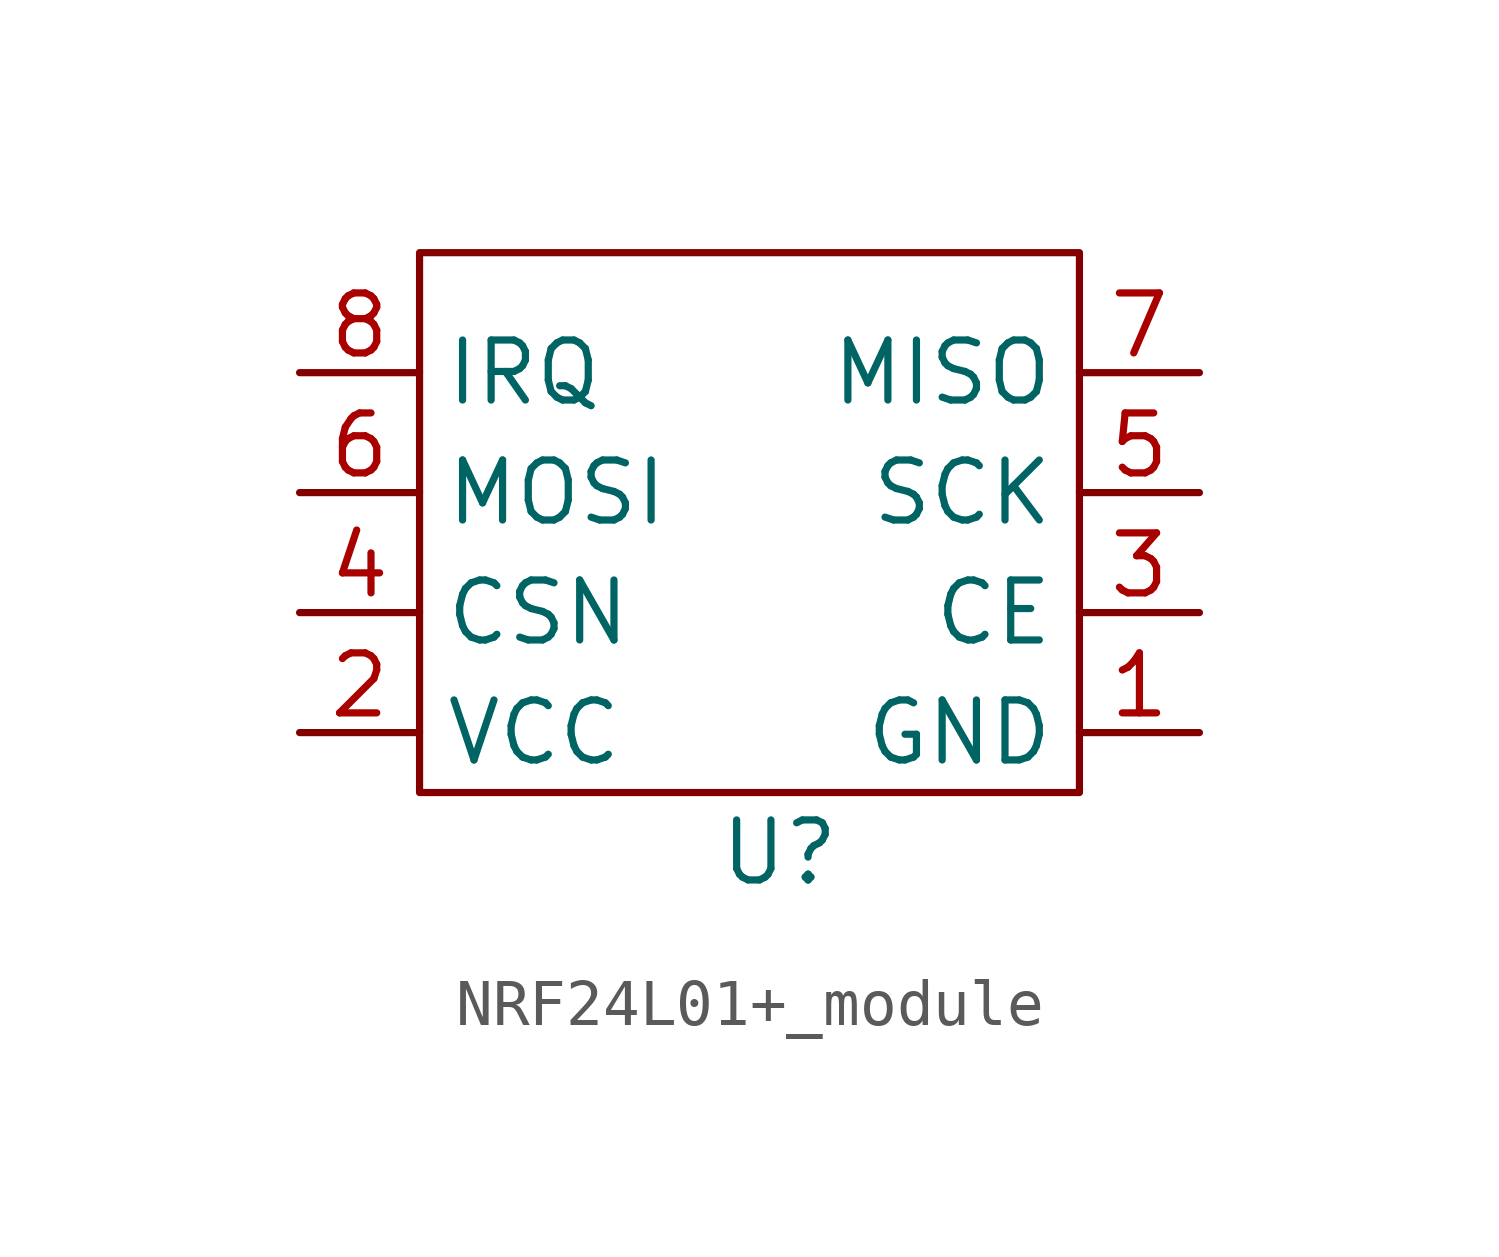
<source format=kicad_sym>
(kicad_symbol_lib
  (version 20220914)
  (generator kicad_symbol_editor)
  (symbol "NRF24L01+_module"
    (property "Reference" "U"
      (at 0 0 0)
      (effects (font (size 1.27 1.27))))
    (property "Value" ""
      (at 0 0 0)
      (effects (font (size 1.27 1.27))))
    (symbol "NRF24L01+_module_0_1"
      (rectangle (start -7.62 12.7) (end 6.35 1.27) (stroke (width 0) (type default)) (fill (type none))))
    (symbol "NRF24L01+_module_1_1"
      (pin power_in line (at 8.89 2.54 180) (length 2.54) (name "GND" (effects (font (size 1.27 1.27)))) (number "1" (effects (font (size 1.27 1.27)))))
      (pin power_in line (at -10.16 2.54 0) (length 2.54) (name "VCC" (effects (font (size 1.27 1.27)))) (number "2" (effects (font (size 1.27 1.27)))))
      (pin input line (at 8.89 5.08 180) (length 2.54) (name "CE" (effects (font (size 1.27 1.27)))) (number "3" (effects (font (size 1.27 1.27)))))
      (pin input line (at -10.16 5.08 0) (length 2.54) (name "CSN" (effects (font (size 1.27 1.27)))) (number "4" (effects (font (size 1.27 1.27)))))
      (pin input line (at 8.89 7.62 180) (length 2.54) (name "SCK" (effects (font (size 1.27 1.27)))) (number "5" (effects (font (size 1.27 1.27)))))
      (pin input line (at -10.16 7.62 0) (length 2.54) (name "MOSI" (effects (font (size 1.27 1.27)))) (number "6" (effects (font (size 1.27 1.27)))))
      (pin output line (at 8.89 10.16 180) (length 2.54) (name "MISO" (effects (font (size 1.27 1.27)))) (number "7" (effects (font (size 1.27 1.27)))))
      (pin output line (at -10.16 10.16 0) (length 2.54) (name "IRQ" (effects (font (size 1.27 1.27)))) (number "8" (effects (font (size 1.27 1.27))))))))
</source>
